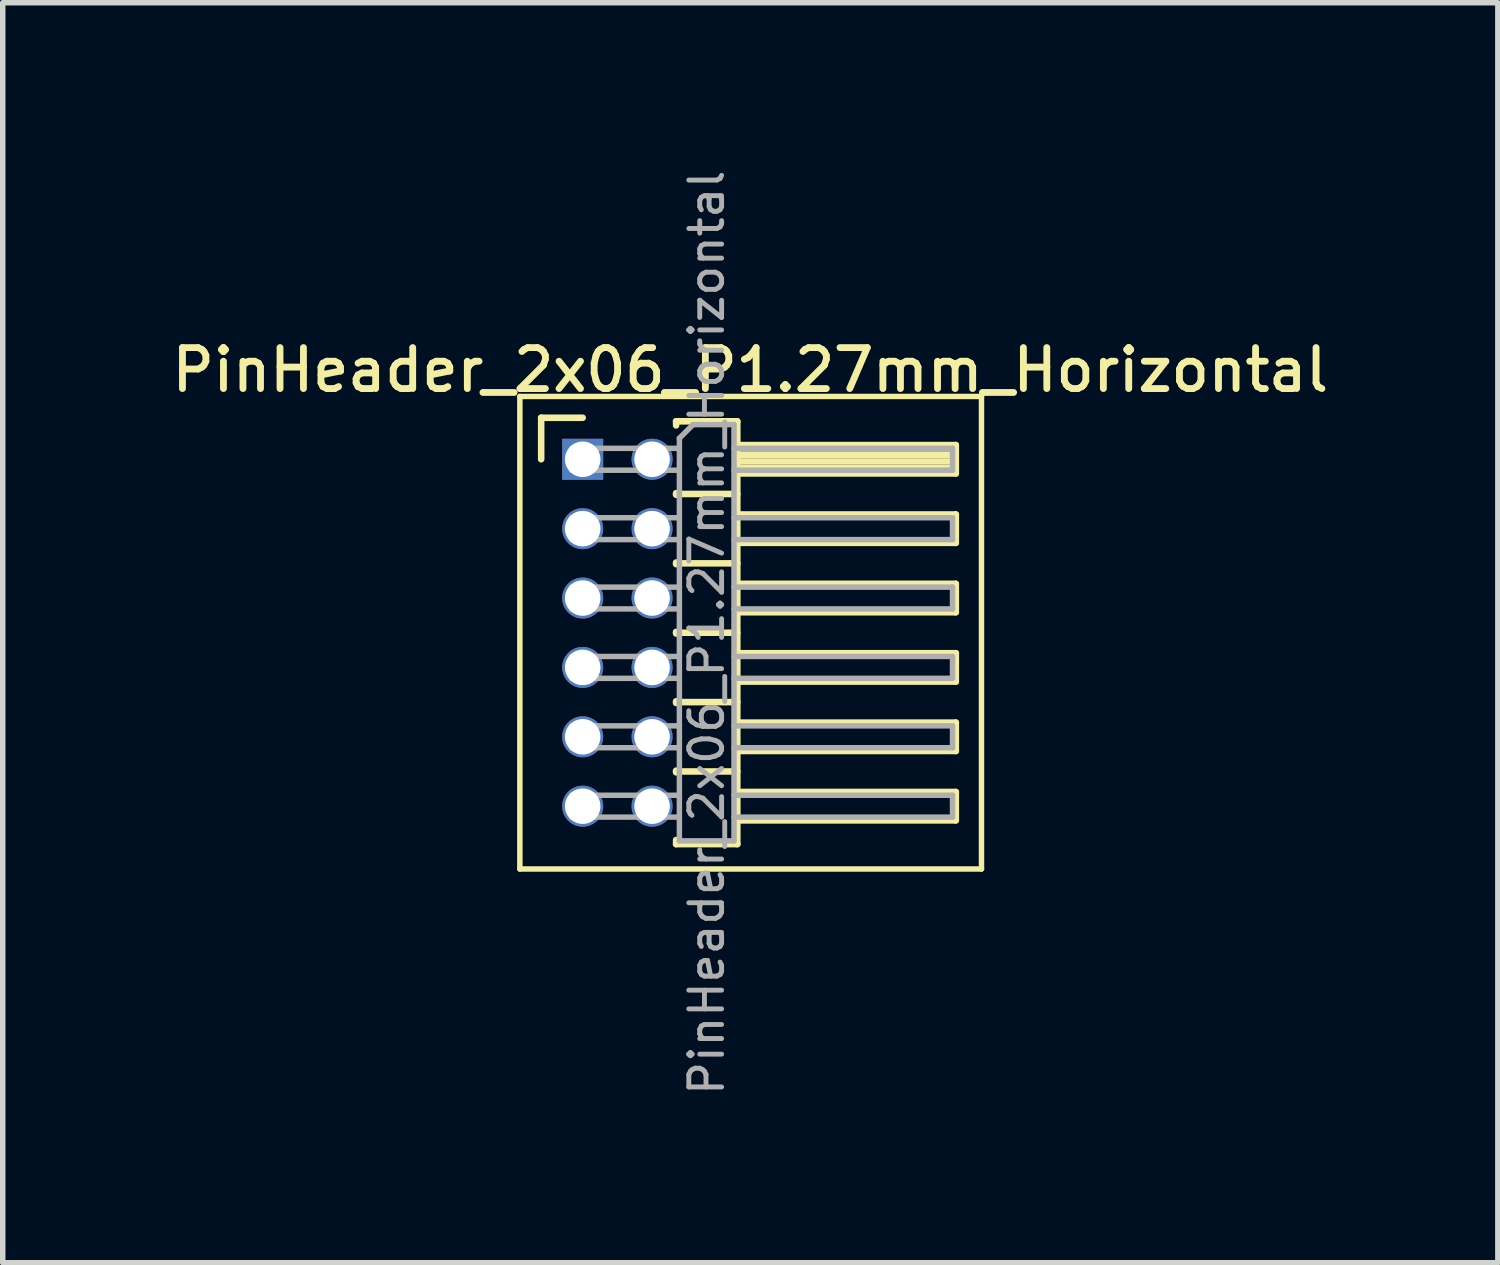
<source format=kicad_pcb>
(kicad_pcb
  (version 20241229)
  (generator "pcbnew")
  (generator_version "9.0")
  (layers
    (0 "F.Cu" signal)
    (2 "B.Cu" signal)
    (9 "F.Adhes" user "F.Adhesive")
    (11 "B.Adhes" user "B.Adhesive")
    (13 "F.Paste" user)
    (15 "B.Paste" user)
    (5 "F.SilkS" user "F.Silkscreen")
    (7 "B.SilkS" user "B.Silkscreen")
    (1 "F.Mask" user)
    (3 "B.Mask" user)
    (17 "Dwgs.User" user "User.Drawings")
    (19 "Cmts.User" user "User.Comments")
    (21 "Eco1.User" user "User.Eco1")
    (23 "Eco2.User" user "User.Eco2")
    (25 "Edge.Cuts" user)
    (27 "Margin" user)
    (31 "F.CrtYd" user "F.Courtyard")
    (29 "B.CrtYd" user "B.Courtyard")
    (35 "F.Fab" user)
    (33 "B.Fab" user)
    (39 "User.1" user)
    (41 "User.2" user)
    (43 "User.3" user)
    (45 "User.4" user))
  (footprint "PinHeader_2x06_P1.27mm_Horizontal"
    (layer "F.Cu")
    (at 7.616 5.357)
    (property "Reference" "PinHeader_2x06_P1.27mm_Horizontal" (at 3.067 -1.635 0) (layer "F.SilkS") (effects (font (size 0.75 0.75) (thickness 0.125))))
    (attr through_hole)
    (fp_line (start -1.15 -1.15) (end -1.15 7.5) (stroke (width 0.1) (type solid)) (layer "F.SilkS"))
    (fp_line (start -1.15 7.5) (end 7.3 7.5) (stroke (width 0.1) (type solid)) (layer "F.SilkS"))
    (fp_line (start -0.76 -0.76) (end 0 -0.76) (stroke (width 0.12) (type solid)) (layer "F.SilkS"))
    (fp_line (start -0.76 0) (end -0.76 -0.76) (stroke (width 0.12) (type solid)) (layer "F.SilkS"))
    (fp_line (start 1.71 -0.695) (end 2.83 -0.695) (stroke (width 0.12) (type solid)) (layer "F.SilkS"))
    (fp_line (start 1.71 -0.62) (end 1.71 -0.695) (stroke (width 0.12) (type solid)) (layer "F.SilkS"))
    (fp_line (start 1.71 0.62) (end 1.71 0.65) (stroke (width 0.12) (type solid)) (layer "F.SilkS"))
    (fp_line (start 1.71 0.635) (end 2.83 0.635) (stroke (width 0.12) (type solid)) (layer "F.SilkS"))
    (fp_line (start 1.71 1.89) (end 1.71 1.92) (stroke (width 0.12) (type solid)) (layer "F.SilkS"))
    (fp_line (start 1.71 1.905) (end 2.83 1.905) (stroke (width 0.12) (type solid)) (layer "F.SilkS"))
    (fp_line (start 1.71 3.16) (end 1.71 3.19) (stroke (width 0.12) (type solid)) (layer "F.SilkS"))
    (fp_line (start 1.71 3.175) (end 2.83 3.175) (stroke (width 0.12) (type solid)) (layer "F.SilkS"))
    (fp_line (start 1.71 4.43) (end 1.71 4.46) (stroke (width 0.12) (type solid)) (layer "F.SilkS"))
    (fp_line (start 1.71 4.445) (end 2.83 4.445) (stroke (width 0.12) (type solid)) (layer "F.SilkS"))
    (fp_line (start 1.71 5.7) (end 1.71 5.73) (stroke (width 0.12) (type solid)) (layer "F.SilkS"))
    (fp_line (start 1.71 5.715) (end 2.83 5.715) (stroke (width 0.12) (type solid)) (layer "F.SilkS"))
    (fp_line (start 1.71 7.045) (end 1.71 6.97) (stroke (width 0.12) (type solid)) (layer "F.SilkS"))
    (fp_line (start 2.83 -0.695) (end 2.83 7.045) (stroke (width 0.12) (type solid)) (layer "F.SilkS"))
    (fp_line (start 2.83 -0.26) (end 6.83 -0.26) (stroke (width 0.12) (type solid)) (layer "F.SilkS"))
    (fp_line (start 2.83 -0.2) (end 6.83 -0.2) (stroke (width 0.12) (type solid)) (layer "F.SilkS"))
    (fp_line (start 2.83 -0.08) (end 6.83 -0.08) (stroke (width 0.12) (type solid)) (layer "F.SilkS"))
    (fp_line (start 2.83 0.04) (end 6.83 0.04) (stroke (width 0.12) (type solid)) (layer "F.SilkS"))
    (fp_line (start 2.83 0.16) (end 6.83 0.16) (stroke (width 0.12) (type solid)) (layer "F.SilkS"))
    (fp_line (start 2.83 1.01) (end 6.83 1.01) (stroke (width 0.12) (type solid)) (layer "F.SilkS"))
    (fp_line (start 2.83 2.28) (end 6.83 2.28) (stroke (width 0.12) (type solid)) (layer "F.SilkS"))
    (fp_line (start 2.83 3.55) (end 6.83 3.55) (stroke (width 0.12) (type solid)) (layer "F.SilkS"))
    (fp_line (start 2.83 4.82) (end 6.83 4.82) (stroke (width 0.12) (type solid)) (layer "F.SilkS"))
    (fp_line (start 2.83 6.09) (end 6.83 6.09) (stroke (width 0.12) (type solid)) (layer "F.SilkS"))
    (fp_line (start 2.83 7.045) (end 1.71 7.045) (stroke (width 0.12) (type solid)) (layer "F.SilkS"))
    (fp_line (start 6.83 -0.26) (end 6.83 0.26) (stroke (width 0.12) (type solid)) (layer "F.SilkS"))
    (fp_line (start 6.83 0.26) (end 2.83 0.26) (stroke (width 0.12) (type solid)) (layer "F.SilkS"))
    (fp_line (start 6.83 1.01) (end 6.83 1.53) (stroke (width 0.12) (type solid)) (layer "F.SilkS"))
    (fp_line (start 6.83 1.53) (end 2.83 1.53) (stroke (width 0.12) (type solid)) (layer "F.SilkS"))
    (fp_line (start 6.83 2.28) (end 6.83 2.8) (stroke (width 0.12) (type solid)) (layer "F.SilkS"))
    (fp_line (start 6.83 2.8) (end 2.83 2.8) (stroke (width 0.12) (type solid)) (layer "F.SilkS"))
    (fp_line (start 6.83 3.55) (end 6.83 4.07) (stroke (width 0.12) (type solid)) (layer "F.SilkS"))
    (fp_line (start 6.83 4.07) (end 2.83 4.07) (stroke (width 0.12) (type solid)) (layer "F.SilkS"))
    (fp_line (start 6.83 4.82) (end 6.83 5.34) (stroke (width 0.12) (type solid)) (layer "F.SilkS"))
    (fp_line (start 6.83 5.34) (end 2.83 5.34) (stroke (width 0.12) (type solid)) (layer "F.SilkS"))
    (fp_line (start 6.83 6.09) (end 6.83 6.61) (stroke (width 0.12) (type solid)) (layer "F.SilkS"))
    (fp_line (start 6.83 6.61) (end 2.83 6.61) (stroke (width 0.12) (type solid)) (layer "F.SilkS"))
    (fp_line (start 7.3 -1.15) (end -1.15 -1.15) (stroke (width 0.1) (type solid)) (layer "F.SilkS"))
    (fp_line (start 7.3 7.5) (end 7.3 -1.15) (stroke (width 0.1) (type solid)) (layer "F.SilkS"))
    (fp_line (start -0.2 -0.2) (end -0.2 0.2) (stroke (width 0.1) (type solid)) (layer "F.Fab"))
    (fp_line (start -0.2 -0.2) (end 1.77 -0.2) (stroke (width 0.1) (type solid)) (layer "F.Fab"))
    (fp_line (start -0.2 0.2) (end 1.77 0.2) (stroke (width 0.1) (type solid)) (layer "F.Fab"))
    (fp_line (start -0.2 1.07) (end -0.2 1.47) (stroke (width 0.1) (type solid)) (layer "F.Fab"))
    (fp_line (start -0.2 1.07) (end 1.77 1.07) (stroke (width 0.1) (type solid)) (layer "F.Fab"))
    (fp_line (start -0.2 1.47) (end 1.77 1.47) (stroke (width 0.1) (type solid)) (layer "F.Fab"))
    (fp_line (start -0.2 2.34) (end -0.2 2.74) (stroke (width 0.1) (type solid)) (layer "F.Fab"))
    (fp_line (start -0.2 2.34) (end 1.77 2.34) (stroke (width 0.1) (type solid)) (layer "F.Fab"))
    (fp_line (start -0.2 2.74) (end 1.77 2.74) (stroke (width 0.1) (type solid)) (layer "F.Fab"))
    (fp_line (start -0.2 3.61) (end -0.2 4.01) (stroke (width 0.1) (type solid)) (layer "F.Fab"))
    (fp_line (start -0.2 3.61) (end 1.77 3.61) (stroke (width 0.1) (type solid)) (layer "F.Fab"))
    (fp_line (start -0.2 4.01) (end 1.77 4.01) (stroke (width 0.1) (type solid)) (layer "F.Fab"))
    (fp_line (start -0.2 4.88) (end -0.2 5.28) (stroke (width 0.1) (type solid)) (layer "F.Fab"))
    (fp_line (start -0.2 4.88) (end 1.77 4.88) (stroke (width 0.1) (type solid)) (layer "F.Fab"))
    (fp_line (start -0.2 5.28) (end 1.77 5.28) (stroke (width 0.1) (type solid)) (layer "F.Fab"))
    (fp_line (start -0.2 6.15) (end -0.2 6.55) (stroke (width 0.1) (type solid)) (layer "F.Fab"))
    (fp_line (start -0.2 6.15) (end 1.77 6.15) (stroke (width 0.1) (type solid)) (layer "F.Fab"))
    (fp_line (start -0.2 6.55) (end 1.77 6.55) (stroke (width 0.1) (type solid)) (layer "F.Fab"))
    (fp_line (start 1.77 -0.385) (end 2.02 -0.635) (stroke (width 0.1) (type solid)) (layer "F.Fab"))
    (fp_line (start 1.77 6.985) (end 1.77 -0.385) (stroke (width 0.1) (type solid)) (layer "F.Fab"))
    (fp_line (start 2.02 -0.635) (end 2.77 -0.635) (stroke (width 0.1) (type solid)) (layer "F.Fab"))
    (fp_line (start 2.77 -0.635) (end 2.77 6.985) (stroke (width 0.1) (type solid)) (layer "F.Fab"))
    (fp_line (start 2.77 -0.2) (end 6.77 -0.2) (stroke (width 0.1) (type solid)) (layer "F.Fab"))
    (fp_line (start 2.77 0.2) (end 6.77 0.2) (stroke (width 0.1) (type solid)) (layer "F.Fab"))
    (fp_line (start 2.77 1.07) (end 6.77 1.07) (stroke (width 0.1) (type solid)) (layer "F.Fab"))
    (fp_line (start 2.77 1.47) (end 6.77 1.47) (stroke (width 0.1) (type solid)) (layer "F.Fab"))
    (fp_line (start 2.77 2.34) (end 6.77 2.34) (stroke (width 0.1) (type solid)) (layer "F.Fab"))
    (fp_line (start 2.77 2.74) (end 6.77 2.74) (stroke (width 0.1) (type solid)) (layer "F.Fab"))
    (fp_line (start 2.77 3.61) (end 6.77 3.61) (stroke (width 0.1) (type solid)) (layer "F.Fab"))
    (fp_line (start 2.77 4.01) (end 6.77 4.01) (stroke (width 0.1) (type solid)) (layer "F.Fab"))
    (fp_line (start 2.77 4.88) (end 6.77 4.88) (stroke (width 0.1) (type solid)) (layer "F.Fab"))
    (fp_line (start 2.77 5.28) (end 6.77 5.28) (stroke (width 0.1) (type solid)) (layer "F.Fab"))
    (fp_line (start 2.77 6.15) (end 6.77 6.15) (stroke (width 0.1) (type solid)) (layer "F.Fab"))
    (fp_line (start 2.77 6.55) (end 6.77 6.55) (stroke (width 0.1) (type solid)) (layer "F.Fab"))
    (fp_line (start 2.77 6.985) (end 1.77 6.985) (stroke (width 0.1) (type solid)) (layer "F.Fab"))
    (fp_line (start 6.77 -0.2) (end 6.77 0.2) (stroke (width 0.1) (type solid)) (layer "F.Fab"))
    (fp_line (start 6.77 1.07) (end 6.77 1.47) (stroke (width 0.1) (type solid)) (layer "F.Fab"))
    (fp_line (start 6.77 2.34) (end 6.77 2.74) (stroke (width 0.1) (type solid)) (layer "F.Fab"))
    (fp_line (start 6.77 3.61) (end 6.77 4.01) (stroke (width 0.1) (type solid)) (layer "F.Fab"))
    (fp_line (start 6.77 4.88) (end 6.77 5.28) (stroke (width 0.1) (type solid)) (layer "F.Fab"))
    (fp_line (start 6.77 6.15) (end 6.77 6.55) (stroke (width 0.1) (type solid)) (layer "F.Fab"))
    (fp_text user "${REFERENCE}" (at 2.27 3.175 90) (layer "F.Fab") (effects (font (size 0.6 0.6) (thickness 0.09))))
    (pad "1" thru_hole rect (at 0 0) (size 0.75 0.75) (drill 0.65) (layers "*.Cu" "*.Mask"))
    (pad "2" thru_hole oval (at 1.27 0) (size 0.75 0.75) (drill 0.65) (layers "*.Cu" "*.Mask"))
    (pad "3" thru_hole oval (at 0 1.27) (size 0.75 0.75) (drill 0.65) (layers "*.Cu" "*.Mask"))
    (pad "4" thru_hole oval (at 1.27 1.27) (size 0.75 0.75) (drill 0.65) (layers "*.Cu" "*.Mask"))
    (pad "5" thru_hole oval (at 0 2.54) (size 0.75 0.75) (drill 0.65) (layers "*.Cu" "*.Mask"))
    (pad "6" thru_hole oval (at 1.27 2.54) (size 0.75 0.75) (drill 0.65) (layers "*.Cu" "*.Mask"))
    (pad "7" thru_hole oval (at 0 3.81) (size 0.75 0.75) (drill 0.65) (layers "*.Cu" "*.Mask"))
    (pad "8" thru_hole oval (at 1.27 3.81) (size 0.75 0.75) (drill 0.65) (layers "*.Cu" "*.Mask"))
    (pad "9" thru_hole oval (at 0 5.08) (size 0.75 0.75) (drill 0.65) (layers "*.Cu" "*.Mask"))
    (pad "10" thru_hole oval (at 1.27 5.08) (size 0.75 0.75) (drill 0.65) (layers "*.Cu" "*.Mask"))
    (pad "11" thru_hole oval (at 0 6.35) (size 0.75 0.75) (drill 0.65) (layers "*.Cu" "*.Mask"))
    (pad "12" thru_hole oval (at 1.27 6.35) (size 0.75 0.75) (drill 0.65) (layers "*.Cu" "*.Mask")))
  (gr_rect
    (start -3 -3)
    (end 24.368 20.064)
    (stroke (width 0.1) (type default))
    (fill no)
    (layer "Edge.Cuts")))
</source>
